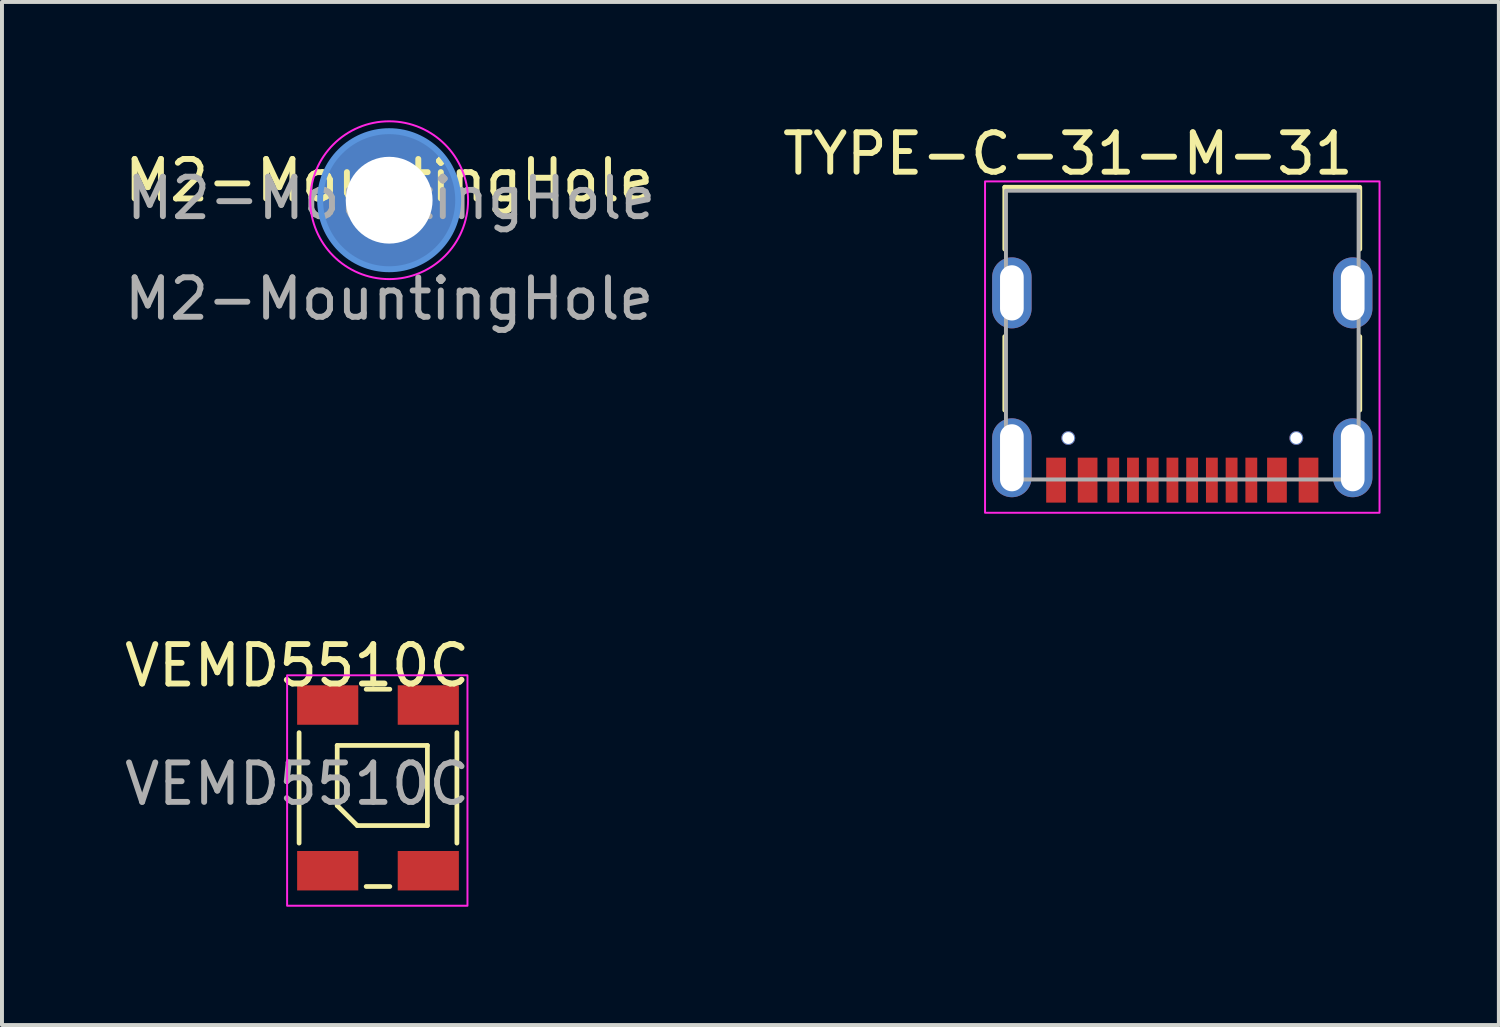
<source format=kicad_pcb>
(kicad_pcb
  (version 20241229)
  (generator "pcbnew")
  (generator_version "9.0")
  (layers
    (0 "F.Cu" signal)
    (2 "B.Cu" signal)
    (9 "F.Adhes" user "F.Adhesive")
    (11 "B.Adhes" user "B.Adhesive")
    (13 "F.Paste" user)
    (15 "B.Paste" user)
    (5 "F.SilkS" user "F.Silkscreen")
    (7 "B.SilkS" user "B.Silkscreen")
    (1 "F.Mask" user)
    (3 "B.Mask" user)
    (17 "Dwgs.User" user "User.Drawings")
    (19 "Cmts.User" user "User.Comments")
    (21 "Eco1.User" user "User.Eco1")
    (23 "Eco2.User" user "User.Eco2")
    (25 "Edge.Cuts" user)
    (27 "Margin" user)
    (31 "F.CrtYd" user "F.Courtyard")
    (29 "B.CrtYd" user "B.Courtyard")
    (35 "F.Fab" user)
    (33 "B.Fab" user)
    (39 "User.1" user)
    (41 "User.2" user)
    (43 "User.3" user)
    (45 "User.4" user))
  (footprint "TYPE-C-31-M-31"
    (layer "F.Cu")
    (at 26.92 6.748)
    (property "Reference" "TYPE-C-31-M-31" (at -2.9 -5.9 0) (unlocked yes) (layer "F.SilkS") (effects (font (size 1 1) (thickness 0.15))))
    (attr smd)
    (fp_line (start -4.5 -3.483) (end -4.5 -5.052) (stroke (width 0.12) (type default)) (layer "F.SilkS"))
    (fp_line (start -4.5 -1.266) (end -4.5 0.597) (stroke (width 0.12) (type default)) (layer "F.SilkS"))
    (fp_line (start 4.445 -5.052) (end -4.5 -5.052) (stroke (width 0.12) (type default)) (layer "F.SilkS"))
    (fp_line (start 4.5 -3.483) (end 4.5 -5.052) (stroke (width 0.12) (type default)) (layer "F.SilkS"))
    (fp_line (start 4.5 -1.266) (end 4.5 0.597) (stroke (width 0.12) (type default)) (layer "F.SilkS"))
    (fp_rect (start -5 -5.2) (end 5 3.2) (stroke (width 0.05) (type default)) (fill no) (layer "F.CrtYd"))
    (fp_rect (start -4.47 2.356) (end 4.47 -4.964) (stroke (width 0.1) (type default)) (fill no) (layer "F.Fab"))
    (pad "" np_thru_hole circle (at -2.89 1.306) (size 0.35 0.35) (drill 0.3) (layers "*.Cu" "*.Mask"))
    (pad "" np_thru_hole circle (at 2.89 1.306) (size 0.35 0.35) (drill 0.3) (layers "*.Cu" "*.Mask"))
    (pad "A1" smd rect (at -3.2 2.373) (size 0.5 1.14) (layers "F.Cu" "F.Mask" "F.Paste"))
    (pad "A4" smd rect (at -2.4 2.373) (size 0.5 1.14) (layers "F.Cu" "F.Mask" "F.Paste"))
    (pad "A5" smd rect (at -1.25 2.373) (size 0.3 1.14) (layers "F.Cu" "F.Mask" "F.Paste"))
    (pad "A6" smd rect (at -0.25 2.373) (size 0.3 1.14) (layers "F.Cu" "F.Mask" "F.Paste"))
    (pad "A7" smd rect (at 0.25 2.373) (size 0.3 1.14) (layers "F.Cu" "F.Mask" "F.Paste"))
    (pad "A8" smd rect (at 1.25 2.373) (size 0.3 1.14) (layers "F.Cu" "F.Mask" "F.Paste"))
    (pad "A9" smd rect (at 2.4 2.373) (size 0.5 1.14) (layers "F.Cu" "F.Mask" "F.Paste"))
    (pad "A12" smd rect (at 3.2 2.373) (size 0.5 1.14) (layers "F.Cu" "F.Mask" "F.Paste"))
    (pad "B5" smd rect (at 1.75 2.373) (size 0.3 1.14) (layers "F.Cu" "F.Mask" "F.Paste"))
    (pad "B6" smd rect (at 0.75 2.373) (size 0.3 1.14) (layers "F.Cu" "F.Mask" "F.Paste"))
    (pad "B7" smd rect (at -0.75 2.373) (size 0.3 1.14) (layers "F.Cu" "F.Mask" "F.Paste"))
    (pad "B8" smd rect (at -1.75 2.373) (size 0.3 1.14) (layers "F.Cu" "F.Mask" "F.Paste"))
    (pad "S1" thru_hole oval (at -4.32 -2.374) (size 1 1.8) (drill oval 0.6 1.4) (layers "*.Cu" "*.Mask"))
    (pad "S1" thru_hole oval (at -4.32 1.806) (size 1 2) (drill oval 0.6 1.7) (layers "*.Cu" "*.Mask"))
    (pad "S1" thru_hole oval (at 4.32 -2.374) (size 1 1.8) (drill oval 0.6 1.4) (layers "*.Cu" "*.Mask"))
    (pad "S1" thru_hole oval (at 4.32 1.806) (size 1 2) (drill oval 0.6 1.7) (layers "*.Cu" "*.Mask")))
  (footprint "VEMD5510C"
    (layer "F.Cu")
    (at 4.482 14.322)
    (property "Reference" "VEMD5510C" (at 0 -0.5 0) (unlocked yes) (layer "F.SilkS") (effects (font (size 1 1) (thickness 0.15))))
    (attr smd)
    (fp_line (start 0.05 1.2) (end 0.05 4) (stroke (width 0.12) (type default)) (layer "F.SilkS"))
    (fp_line (start 1.016 1.524) (end 1.016 3.048) (stroke (width 0.12) (type default)) (layer "F.SilkS"))
    (fp_line (start 1.016 3.048) (end 1.524 3.556) (stroke (width 0.12) (type default)) (layer "F.SilkS"))
    (fp_line (start 1.524 3.556) (end 3.302 3.556) (stroke (width 0.12) (type default)) (layer "F.SilkS"))
    (fp_line (start 1.75 0.1) (end 2.35 0.1) (stroke (width 0.12) (type default)) (layer "F.SilkS"))
    (fp_line (start 1.75 5.1) (end 2.35 5.1) (stroke (width 0.12) (type default)) (layer "F.SilkS"))
    (fp_line (start 3.302 1.524) (end 1.016 1.524) (stroke (width 0.12) (type default)) (layer "F.SilkS"))
    (fp_line (start 3.302 3.556) (end 3.302 1.524) (stroke (width 0.12) (type default)) (layer "F.SilkS"))
    (fp_line (start 4.05 1.2) (end 4.05 4) (stroke (width 0.12) (type default)) (layer "F.SilkS"))
    (fp_rect (start -0.254 -0.254) (end 4.318 5.588) (stroke (width 0.05) (type default)) (fill no) (layer "F.CrtYd"))
    (fp_text user "${REFERENCE}" (at 0 2.5 0) (unlocked yes) (layer "F.Fab") (effects (font (size 1 1) (thickness 0.15))))
    (pad "1" smd rect (at 0.775 0.5) (size 1.55 1) (layers "F.Cu" "F.Mask" "F.Paste"))
    (pad "1" smd rect (at 3.325 0.5) (size 1.55 1) (layers "F.Cu" "F.Mask" "F.Paste"))
    (pad "2" smd rect (at 0.775 4.7) (size 1.55 1) (layers "F.Cu" "F.Mask" "F.Paste"))
    (pad "2" smd rect (at 3.325 4.7) (size 1.55 1) (layers "F.Cu" "F.Mask" "F.Paste")))
  (footprint "M2-MountingHole"
    (layer "F.Cu")
    (at 6.815 2.025)
    (property "Reference" "M2-MountingHole" (at 0 -0.5 0) (unlocked yes) (layer "F.SilkS") (effects (font (size 1 1) (thickness 0.15))))
    (attr smd)
    (fp_circle (center 0 0) (end 1.75 0) (stroke (width 0.15) (type solid)) (fill no) (layer "Cmts.User"))
    (fp_circle (center 0 0) (end 2 0) (stroke (width 0.05) (type solid)) (fill no) (layer "F.CrtYd"))
    (fp_text user "${REFERENCE}" (at 0.05 -0.05 0) (layer "F.Fab") (effects (font (size 1 1) (thickness 0.15))))
    (fp_text user "${REFERENCE}" (at 0 2.5 0) (unlocked yes) (layer "F.Fab") (effects (font (size 1 1) (thickness 0.15))))
    (pad "1" thru_hole circle (at 0 0) (size 3.5 3.5) (drill 2.2) (layers "*.Cu" "*.Mask")))
  (gr_rect
    (start -3 -3)
    (end 34.945 22.934)
    (stroke (width 0.1) (type default))
    (fill no)
    (layer "Edge.Cuts")))
</source>
